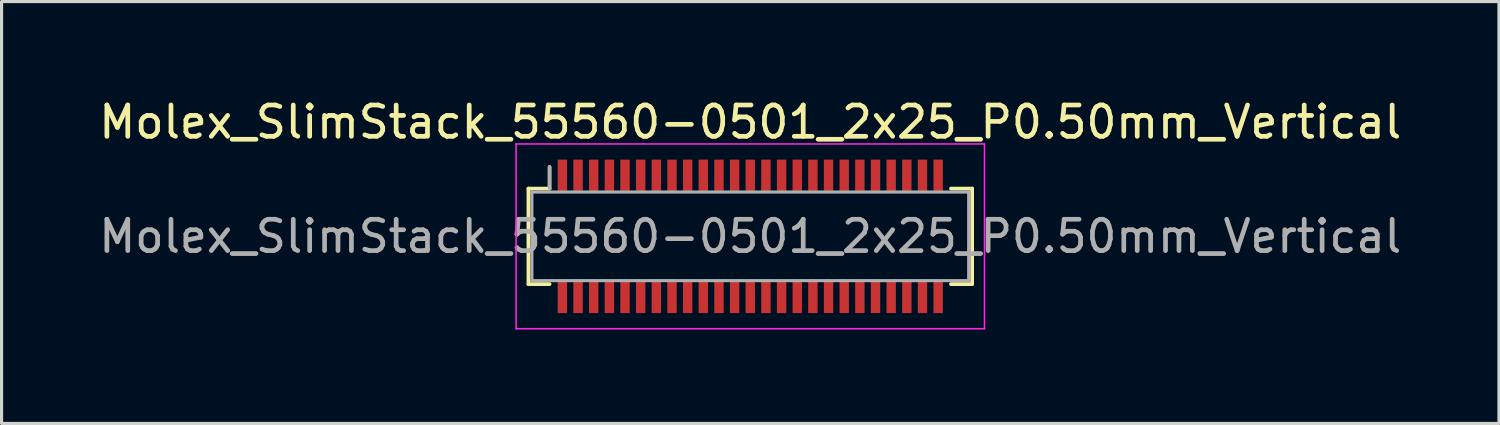
<source format=kicad_pcb>
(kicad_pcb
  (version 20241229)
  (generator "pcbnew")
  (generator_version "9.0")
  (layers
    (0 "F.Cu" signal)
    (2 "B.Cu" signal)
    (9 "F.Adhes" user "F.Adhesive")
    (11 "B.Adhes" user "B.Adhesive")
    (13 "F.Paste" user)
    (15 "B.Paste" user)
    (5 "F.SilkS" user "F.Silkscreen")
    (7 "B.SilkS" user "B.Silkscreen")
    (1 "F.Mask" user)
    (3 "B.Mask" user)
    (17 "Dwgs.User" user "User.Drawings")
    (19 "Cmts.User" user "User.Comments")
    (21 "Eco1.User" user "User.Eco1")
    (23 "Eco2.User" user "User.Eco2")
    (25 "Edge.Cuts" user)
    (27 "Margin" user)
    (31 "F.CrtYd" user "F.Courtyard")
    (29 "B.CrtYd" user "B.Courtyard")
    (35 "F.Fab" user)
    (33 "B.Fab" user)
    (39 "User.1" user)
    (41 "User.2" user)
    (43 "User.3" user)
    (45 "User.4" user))
  (footprint "Molex_SlimStack_55560-0501_2x25_P0.50mm_Vertical"
    (layer "F.Cu")
    (at 20.911 4.498)
    (property "Reference" "Molex_SlimStack_55560-0501_2x25_P0.50mm_Vertical" (at 0 -3.65 0) (layer "F.SilkS") (effects (font (size 1 1) (thickness 0.15))))
    (attr smd)
    (fp_line (start -7.085 -1.525) (end -6.41 -1.525) (stroke (width 0.12) (type solid)) (layer "F.SilkS"))
    (fp_line (start -7.085 1.525) (end -7.085 -1.525) (stroke (width 0.12) (type solid)) (layer "F.SilkS"))
    (fp_line (start -6.41 -1.525) (end -6.41 -2.215) (stroke (width 0.12) (type solid)) (layer "F.SilkS"))
    (fp_line (start -6.41 1.525) (end -7.085 1.525) (stroke (width 0.12) (type solid)) (layer "F.SilkS"))
    (fp_line (start 6.41 1.525) (end 7.085 1.525) (stroke (width 0.12) (type solid)) (layer "F.SilkS"))
    (fp_line (start 7.085 -1.525) (end 6.41 -1.525) (stroke (width 0.12) (type solid)) (layer "F.SilkS"))
    (fp_line (start 7.085 1.525) (end 7.085 -1.525) (stroke (width 0.12) (type solid)) (layer "F.SilkS"))
    (fp_line (start -7.48 -2.95) (end -7.48 2.95) (stroke (width 0.05) (type solid)) (layer "F.CrtYd"))
    (fp_line (start -7.48 2.95) (end 7.48 2.95) (stroke (width 0.05) (type solid)) (layer "F.CrtYd"))
    (fp_line (start 7.48 -2.95) (end -7.48 -2.95) (stroke (width 0.05) (type solid)) (layer "F.CrtYd"))
    (fp_line (start 7.48 2.95) (end 7.48 -2.95) (stroke (width 0.05) (type solid)) (layer "F.CrtYd"))
    (fp_line (start -6.975 -1.415) (end -6.975 1.415) (stroke (width 0.1) (type solid)) (layer "F.Fab"))
    (fp_line (start -6.975 1.415) (end 6.975 1.415) (stroke (width 0.1) (type solid)) (layer "F.Fab"))
    (fp_line (start -6.41 -1.525) (end -6.41 -2.215) (stroke (width 0.1) (type solid)) (layer "F.Fab"))
    (fp_line (start 6.975 -1.415) (end -6.975 -1.415) (stroke (width 0.1) (type solid)) (layer "F.Fab"))
    (fp_line (start 6.975 1.415) (end 6.975 -1.415) (stroke (width 0.1) (type solid)) (layer "F.Fab"))
    (fp_text user "${REFERENCE}" (at 0 0 0) (layer "F.Fab") (effects (font (size 1 1) (thickness 0.15))))
    (pad "1" smd rect (at -6 -1.95) (size 0.3 1) (layers "F.Cu" "F.Mask" "F.Paste"))
    (pad "2" smd rect (at -6 1.95) (size 0.3 1) (layers "F.Cu" "F.Mask" "F.Paste"))
    (pad "3" smd rect (at -5.5 -1.95) (size 0.3 1) (layers "F.Cu" "F.Mask" "F.Paste"))
    (pad "4" smd rect (at -5.5 1.95) (size 0.3 1) (layers "F.Cu" "F.Mask" "F.Paste"))
    (pad "5" smd rect (at -5 -1.95) (size 0.3 1) (layers "F.Cu" "F.Mask" "F.Paste"))
    (pad "6" smd rect (at -5 1.95) (size 0.3 1) (layers "F.Cu" "F.Mask" "F.Paste"))
    (pad "7" smd rect (at -4.5 -1.95) (size 0.3 1) (layers "F.Cu" "F.Mask" "F.Paste"))
    (pad "8" smd rect (at -4.5 1.95) (size 0.3 1) (layers "F.Cu" "F.Mask" "F.Paste"))
    (pad "9" smd rect (at -4 -1.95) (size 0.3 1) (layers "F.Cu" "F.Mask" "F.Paste"))
    (pad "10" smd rect (at -4 1.95) (size 0.3 1) (layers "F.Cu" "F.Mask" "F.Paste"))
    (pad "11" smd rect (at -3.5 -1.95) (size 0.3 1) (layers "F.Cu" "F.Mask" "F.Paste"))
    (pad "12" smd rect (at -3.5 1.95) (size 0.3 1) (layers "F.Cu" "F.Mask" "F.Paste"))
    (pad "13" smd rect (at -3 -1.95) (size 0.3 1) (layers "F.Cu" "F.Mask" "F.Paste"))
    (pad "14" smd rect (at -3 1.95) (size 0.3 1) (layers "F.Cu" "F.Mask" "F.Paste"))
    (pad "15" smd rect (at -2.5 -1.95) (size 0.3 1) (layers "F.Cu" "F.Mask" "F.Paste"))
    (pad "16" smd rect (at -2.5 1.95) (size 0.3 1) (layers "F.Cu" "F.Mask" "F.Paste"))
    (pad "17" smd rect (at -2 -1.95) (size 0.3 1) (layers "F.Cu" "F.Mask" "F.Paste"))
    (pad "18" smd rect (at -2 1.95) (size 0.3 1) (layers "F.Cu" "F.Mask" "F.Paste"))
    (pad "19" smd rect (at -1.5 -1.95) (size 0.3 1) (layers "F.Cu" "F.Mask" "F.Paste"))
    (pad "20" smd rect (at -1.5 1.95) (size 0.3 1) (layers "F.Cu" "F.Mask" "F.Paste"))
    (pad "21" smd rect (at -1 -1.95) (size 0.3 1) (layers "F.Cu" "F.Mask" "F.Paste"))
    (pad "22" smd rect (at -1 1.95) (size 0.3 1) (layers "F.Cu" "F.Mask" "F.Paste"))
    (pad "23" smd rect (at -0.5 -1.95) (size 0.3 1) (layers "F.Cu" "F.Mask" "F.Paste"))
    (pad "24" smd rect (at -0.5 1.95) (size 0.3 1) (layers "F.Cu" "F.Mask" "F.Paste"))
    (pad "25" smd rect (at 0 -1.95) (size 0.3 1) (layers "F.Cu" "F.Mask" "F.Paste"))
    (pad "26" smd rect (at 0 1.95) (size 0.3 1) (layers "F.Cu" "F.Mask" "F.Paste"))
    (pad "27" smd rect (at 0.5 -1.95) (size 0.3 1) (layers "F.Cu" "F.Mask" "F.Paste"))
    (pad "28" smd rect (at 0.5 1.95) (size 0.3 1) (layers "F.Cu" "F.Mask" "F.Paste"))
    (pad "29" smd rect (at 1 -1.95) (size 0.3 1) (layers "F.Cu" "F.Mask" "F.Paste"))
    (pad "30" smd rect (at 1 1.95) (size 0.3 1) (layers "F.Cu" "F.Mask" "F.Paste"))
    (pad "31" smd rect (at 1.5 -1.95) (size 0.3 1) (layers "F.Cu" "F.Mask" "F.Paste"))
    (pad "32" smd rect (at 1.5 1.95) (size 0.3 1) (layers "F.Cu" "F.Mask" "F.Paste"))
    (pad "33" smd rect (at 2 -1.95) (size 0.3 1) (layers "F.Cu" "F.Mask" "F.Paste"))
    (pad "34" smd rect (at 2 1.95) (size 0.3 1) (layers "F.Cu" "F.Mask" "F.Paste"))
    (pad "35" smd rect (at 2.5 -1.95) (size 0.3 1) (layers "F.Cu" "F.Mask" "F.Paste"))
    (pad "36" smd rect (at 2.5 1.95) (size 0.3 1) (layers "F.Cu" "F.Mask" "F.Paste"))
    (pad "37" smd rect (at 3 -1.95) (size 0.3 1) (layers "F.Cu" "F.Mask" "F.Paste"))
    (pad "38" smd rect (at 3 1.95) (size 0.3 1) (layers "F.Cu" "F.Mask" "F.Paste"))
    (pad "39" smd rect (at 3.5 -1.95) (size 0.3 1) (layers "F.Cu" "F.Mask" "F.Paste"))
    (pad "40" smd rect (at 3.5 1.95) (size 0.3 1) (layers "F.Cu" "F.Mask" "F.Paste"))
    (pad "41" smd rect (at 4 -1.95) (size 0.3 1) (layers "F.Cu" "F.Mask" "F.Paste"))
    (pad "42" smd rect (at 4 1.95) (size 0.3 1) (layers "F.Cu" "F.Mask" "F.Paste"))
    (pad "43" smd rect (at 4.5 -1.95) (size 0.3 1) (layers "F.Cu" "F.Mask" "F.Paste"))
    (pad "44" smd rect (at 4.5 1.95) (size 0.3 1) (layers "F.Cu" "F.Mask" "F.Paste"))
    (pad "45" smd rect (at 5 -1.95) (size 0.3 1) (layers "F.Cu" "F.Mask" "F.Paste"))
    (pad "46" smd rect (at 5 1.95) (size 0.3 1) (layers "F.Cu" "F.Mask" "F.Paste"))
    (pad "47" smd rect (at 5.5 -1.95) (size 0.3 1) (layers "F.Cu" "F.Mask" "F.Paste"))
    (pad "48" smd rect (at 5.5 1.95) (size 0.3 1) (layers "F.Cu" "F.Mask" "F.Paste"))
    (pad "49" smd rect (at 6 -1.95) (size 0.3 1) (layers "F.Cu" "F.Mask" "F.Paste"))
    (pad "50" smd rect (at 6 1.95) (size 0.3 1) (layers "F.Cu" "F.Mask" "F.Paste")))
  (gr_rect
    (start -3 -3)
    (end 44.821 10.473)
    (stroke (width 0.1) (type default))
    (fill no)
    (layer "Edge.Cuts")))
</source>
